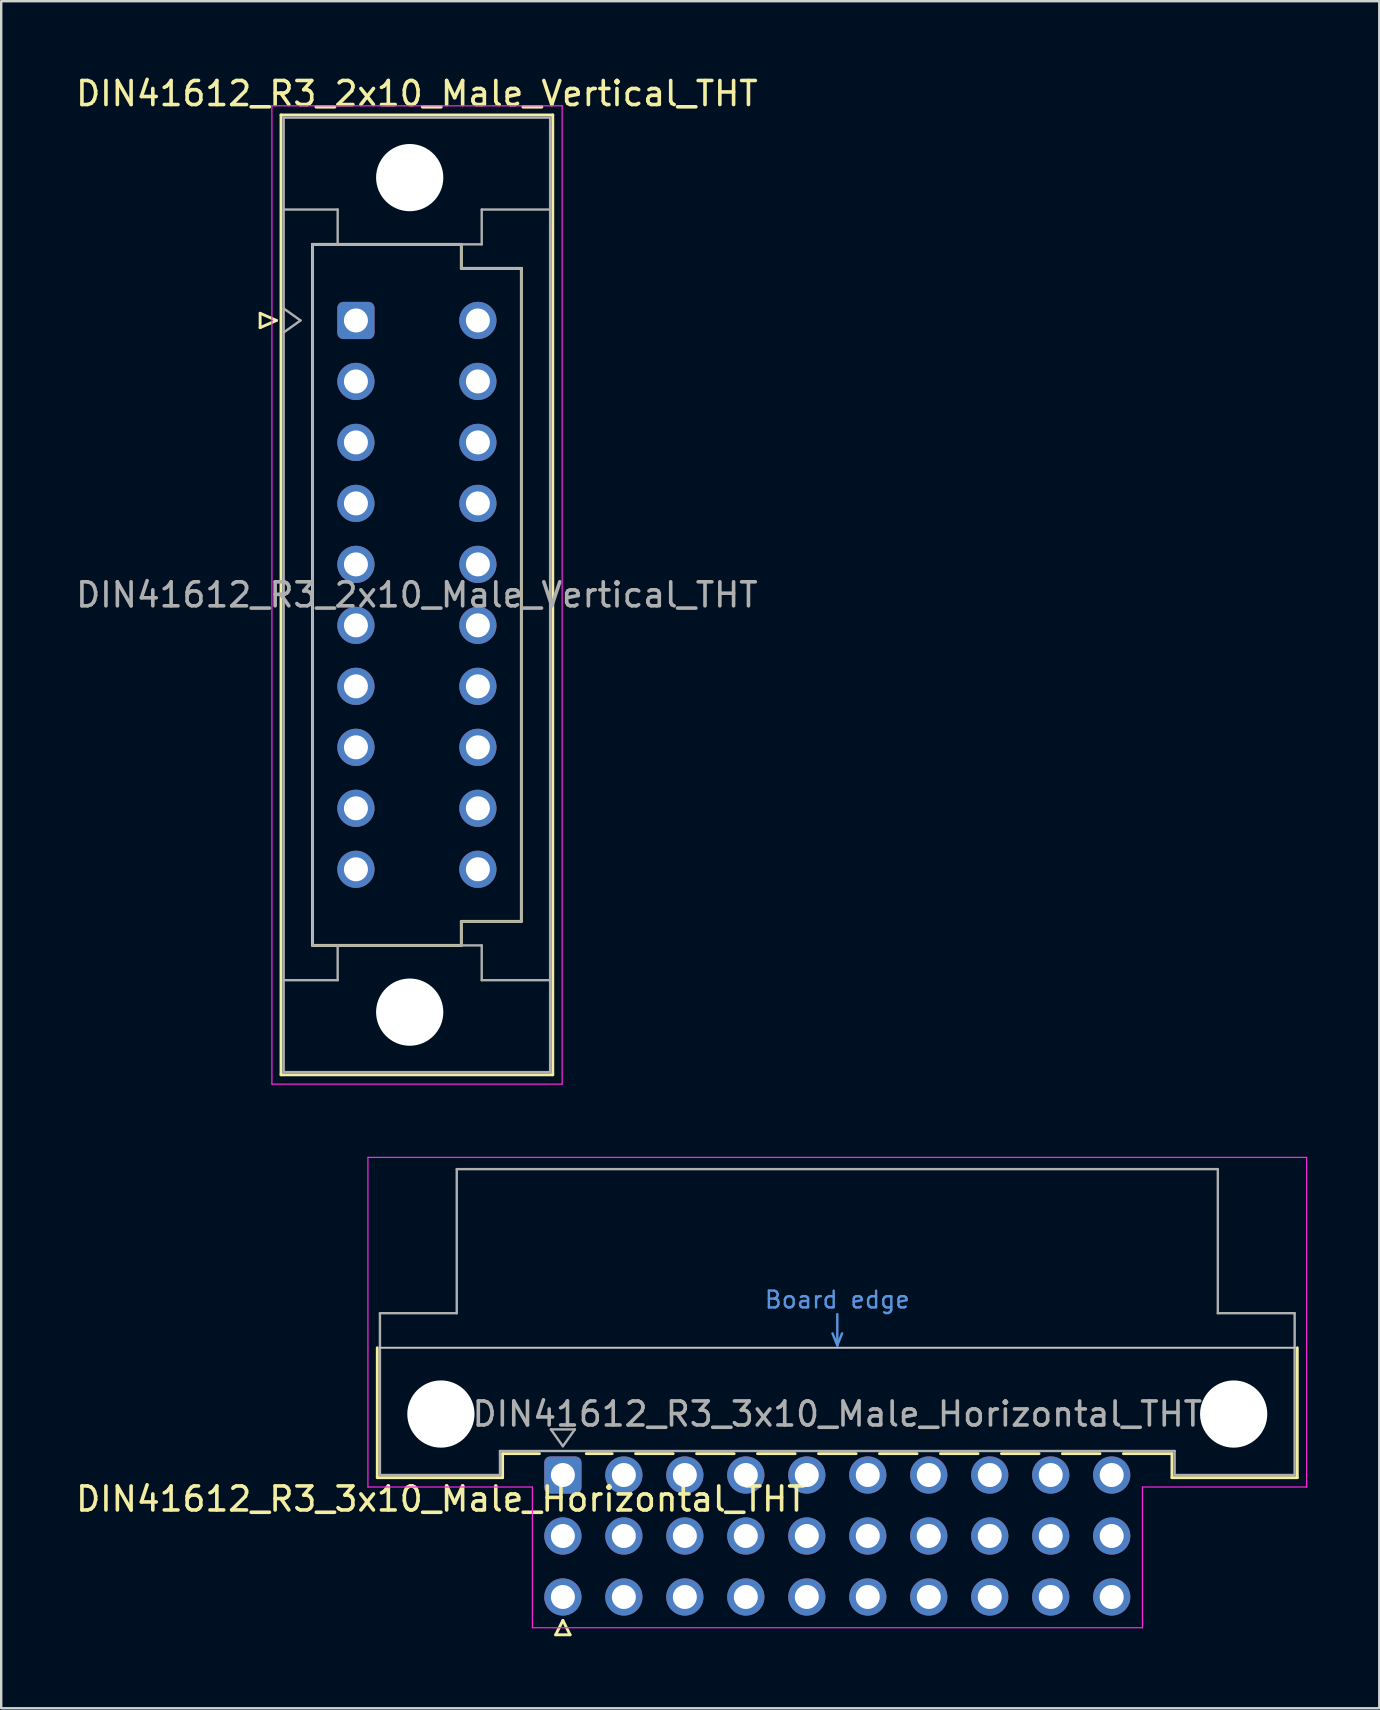
<source format=kicad_pcb>
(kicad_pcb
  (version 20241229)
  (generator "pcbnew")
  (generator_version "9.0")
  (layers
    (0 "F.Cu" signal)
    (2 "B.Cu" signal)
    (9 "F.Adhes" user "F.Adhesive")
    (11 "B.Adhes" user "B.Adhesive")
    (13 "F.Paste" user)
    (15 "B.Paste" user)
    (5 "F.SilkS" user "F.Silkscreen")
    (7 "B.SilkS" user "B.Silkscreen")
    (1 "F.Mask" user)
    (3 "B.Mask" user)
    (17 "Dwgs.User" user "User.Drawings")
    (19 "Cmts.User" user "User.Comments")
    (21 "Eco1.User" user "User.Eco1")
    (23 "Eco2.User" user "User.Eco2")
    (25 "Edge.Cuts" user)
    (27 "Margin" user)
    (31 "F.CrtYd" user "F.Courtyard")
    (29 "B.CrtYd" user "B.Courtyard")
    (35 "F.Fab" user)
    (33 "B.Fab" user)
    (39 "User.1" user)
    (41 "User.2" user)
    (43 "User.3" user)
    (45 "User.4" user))
  (footprint "DIN41612_R3_3x10_Male_Horizontal_THT"
    (layer "F.Cu")
    (at 20.395 58.388)
    (property "Reference" "DIN41612_R3_3x10_Male_Horizontal_THT" (at -5.08 1 0) (layer "F.SilkS") (effects (font (size 1 1) (thickness 0.15))))
    (attr through_hole)
    (fp_line (start -7.73 -5.3) (end -7.73 0.11) (stroke (width 0.12) (type solid)) (layer "F.SilkS"))
    (fp_line (start -7.73 0.11) (end -2.51 0.11) (stroke (width 0.12) (type solid)) (layer "F.SilkS"))
    (fp_line (start -2.511 -0.89) (end -0.976 -0.89) (stroke (width 0.12) (type solid)) (layer "F.SilkS"))
    (fp_line (start -2.51 0.11) (end -2.51 -0.89) (stroke (width 0.12) (type solid)) (layer "F.SilkS"))
    (fp_line (start -0.3 6.655) (end 0.3 6.655) (stroke (width 0.12) (type solid)) (layer "F.SilkS"))
    (fp_line (start 0 6.055) (end -0.3 6.655) (stroke (width 0.12) (type solid)) (layer "F.SilkS"))
    (fp_line (start 0.3 6.655) (end 0 6.055) (stroke (width 0.12) (type solid)) (layer "F.SilkS"))
    (fp_line (start 0.976 -0.89) (end 2.053 -0.89) (stroke (width 0.12) (type solid)) (layer "F.SilkS"))
    (fp_line (start 3.028 -0.89) (end 4.593 -0.89) (stroke (width 0.12) (type solid)) (layer "F.SilkS"))
    (fp_line (start 5.568 -0.89) (end 7.133 -0.89) (stroke (width 0.12) (type solid)) (layer "F.SilkS"))
    (fp_line (start 8.108 -0.89) (end 9.673 -0.89) (stroke (width 0.12) (type solid)) (layer "F.SilkS"))
    (fp_line (start 10.648 -0.89) (end 12.213 -0.89) (stroke (width 0.12) (type solid)) (layer "F.SilkS"))
    (fp_line (start 13.188 -0.89) (end 14.753 -0.89) (stroke (width 0.12) (type solid)) (layer "F.SilkS"))
    (fp_line (start 15.728 -0.89) (end 17.293 -0.89) (stroke (width 0.12) (type solid)) (layer "F.SilkS"))
    (fp_line (start 18.268 -0.89) (end 19.833 -0.89) (stroke (width 0.12) (type solid)) (layer "F.SilkS"))
    (fp_line (start 20.808 -0.89) (end 22.373 -0.89) (stroke (width 0.12) (type solid)) (layer "F.SilkS"))
    (fp_line (start 23.348 -0.89) (end 25.37 -0.89) (stroke (width 0.12) (type solid)) (layer "F.SilkS"))
    (fp_line (start 25.37 0.11) (end 25.37 -0.89) (stroke (width 0.12) (type solid)) (layer "F.SilkS"))
    (fp_line (start 30.59 -5.3) (end 30.59 0.11) (stroke (width 0.12) (type solid)) (layer "F.SilkS"))
    (fp_line (start 30.59 0.11) (end 25.37 0.11) (stroke (width 0.12) (type solid)) (layer "F.SilkS"))
    (fp_line (start -7.62 -5.3) (end 30.48 -5.3) (stroke (width 0.08) (type solid)) (layer "Dwgs.User"))
    (fp_line (start 11.23 -5.9) (end 11.43 -5.4) (stroke (width 0.1) (type solid)) (layer "Cmts.User"))
    (fp_line (start 11.43 -5.4) (end 11.43 -6.7) (stroke (width 0.1) (type solid)) (layer "Cmts.User"))
    (fp_line (start 11.43 -5.4) (end 11.63 -5.9) (stroke (width 0.1) (type solid)) (layer "Cmts.User"))
    (fp_line (start -8.12 -13.23) (end -8.12 0.5) (stroke (width 0.05) (type solid)) (layer "F.CrtYd"))
    (fp_line (start -8.12 0.5) (end -1.27 0.5) (stroke (width 0.05) (type solid)) (layer "F.CrtYd"))
    (fp_line (start -1.27 0.5) (end -1.27 6.36) (stroke (width 0.05) (type solid)) (layer "F.CrtYd"))
    (fp_line (start -1.27 6.36) (end 24.14 6.36) (stroke (width 0.05) (type solid)) (layer "F.CrtYd"))
    (fp_line (start 24.14 0.5) (end 30.98 0.5) (stroke (width 0.05) (type solid)) (layer "F.CrtYd"))
    (fp_line (start 24.14 6.36) (end 24.14 0.5) (stroke (width 0.05) (type solid)) (layer "F.CrtYd"))
    (fp_line (start 30.98 -13.23) (end -8.12 -13.23) (stroke (width 0.05) (type solid)) (layer "F.CrtYd"))
    (fp_line (start 30.98 0.5) (end 30.98 -13.23) (stroke (width 0.05) (type solid)) (layer "F.CrtYd"))
    (fp_line (start -7.62 -6.74) (end -7.62 0) (stroke (width 0.1) (type solid)) (layer "F.Fab"))
    (fp_line (start -7.62 0) (end -2.62 0) (stroke (width 0.1) (type solid)) (layer "F.Fab"))
    (fp_line (start -4.42 -12.74) (end -4.42 -6.74) (stroke (width 0.1) (type solid)) (layer "F.Fab"))
    (fp_line (start -4.42 -6.74) (end -7.62 -6.74) (stroke (width 0.1) (type solid)) (layer "F.Fab"))
    (fp_line (start -2.62 -1) (end 25.48 -1) (stroke (width 0.1) (type solid)) (layer "F.Fab"))
    (fp_line (start -2.62 0) (end -2.62 -1) (stroke (width 0.1) (type solid)) (layer "F.Fab"))
    (fp_line (start -0.5 -1.9) (end 0.5 -1.9) (stroke (width 0.1) (type solid)) (layer "F.Fab"))
    (fp_line (start 0 -1.2) (end -0.5 -1.9) (stroke (width 0.1) (type solid)) (layer "F.Fab"))
    (fp_line (start 0.5 -1.9) (end 0 -1.2) (stroke (width 0.1) (type solid)) (layer "F.Fab"))
    (fp_line (start 25.48 -1) (end 25.48 0) (stroke (width 0.1) (type solid)) (layer "F.Fab"))
    (fp_line (start 25.48 0) (end 30.48 0) (stroke (width 0.1) (type solid)) (layer "F.Fab"))
    (fp_line (start 27.28 -12.74) (end -4.42 -12.74) (stroke (width 0.1) (type solid)) (layer "F.Fab"))
    (fp_line (start 27.28 -6.74) (end 27.28 -12.74) (stroke (width 0.1) (type solid)) (layer "F.Fab"))
    (fp_line (start 30.48 -6.74) (end 27.28 -6.74) (stroke (width 0.1) (type solid)) (layer "F.Fab"))
    (fp_line (start 30.48 0) (end 30.48 -6.74) (stroke (width 0.1) (type solid)) (layer "F.Fab"))
    (fp_text user "Board edge" (at 11.43 -7.3 0) (layer "Cmts.User") (effects (font (size 0.7 0.7) (thickness 0.1))))
    (fp_text user "${REFERENCE}" (at 11.43 -2.54 0) (layer "F.Fab") (effects (font (size 1 1) (thickness 0.15))))
    (pad "" np_thru_hole circle (at -5.08 -2.54) (size 2.8 2.8) (drill 2.8) (layers "*.Cu" "*.Mask"))
    (pad "" np_thru_hole circle (at 27.94 -2.54) (size 2.8 2.8) (drill 2.8) (layers "*.Cu" "*.Mask"))
    (pad "a0" thru_hole roundrect (at 0 0) (size 1.55 1.55) (drill 1) (layers "*.Cu" "*.Mask") (roundrect_rratio 0.161))
    (pad "a1" thru_hole circle (at 2.54 0) (size 1.55 1.55) (drill 1) (layers "*.Cu" "*.Mask"))
    (pad "a2" thru_hole circle (at 5.08 0) (size 1.55 1.55) (drill 1) (layers "*.Cu" "*.Mask"))
    (pad "a3" thru_hole circle (at 7.62 0) (size 1.55 1.55) (drill 1) (layers "*.Cu" "*.Mask"))
    (pad "a4" thru_hole circle (at 10.16 0) (size 1.55 1.55) (drill 1) (layers "*.Cu" "*.Mask"))
    (pad "a5" thru_hole circle (at 12.7 0) (size 1.55 1.55) (drill 1) (layers "*.Cu" "*.Mask"))
    (pad "a6" thru_hole circle (at 15.24 0) (size 1.55 1.55) (drill 1) (layers "*.Cu" "*.Mask"))
    (pad "a7" thru_hole circle (at 17.78 0) (size 1.55 1.55) (drill 1) (layers "*.Cu" "*.Mask"))
    (pad "a8" thru_hole circle (at 20.32 0) (size 1.55 1.55) (drill 1) (layers "*.Cu" "*.Mask"))
    (pad "a9" thru_hole circle (at 22.86 0) (size 1.55 1.55) (drill 1) (layers "*.Cu" "*.Mask"))
    (pad "b0" thru_hole circle (at 0 2.54) (size 1.55 1.55) (drill 1) (layers "*.Cu" "*.Mask"))
    (pad "b1" thru_hole circle (at 2.54 2.54) (size 1.55 1.55) (drill 1) (layers "*.Cu" "*.Mask"))
    (pad "b2" thru_hole circle (at 5.08 2.54) (size 1.55 1.55) (drill 1) (layers "*.Cu" "*.Mask"))
    (pad "b3" thru_hole circle (at 7.62 2.54) (size 1.55 1.55) (drill 1) (layers "*.Cu" "*.Mask"))
    (pad "b4" thru_hole circle (at 10.16 2.54) (size 1.55 1.55) (drill 1) (layers "*.Cu" "*.Mask"))
    (pad "b5" thru_hole circle (at 12.7 2.54) (size 1.55 1.55) (drill 1) (layers "*.Cu" "*.Mask"))
    (pad "b6" thru_hole circle (at 15.24 2.54) (size 1.55 1.55) (drill 1) (layers "*.Cu" "*.Mask"))
    (pad "b7" thru_hole circle (at 17.78 2.54) (size 1.55 1.55) (drill 1) (layers "*.Cu" "*.Mask"))
    (pad "b8" thru_hole circle (at 20.32 2.54) (size 1.55 1.55) (drill 1) (layers "*.Cu" "*.Mask"))
    (pad "b9" thru_hole circle (at 22.86 2.54) (size 1.55 1.55) (drill 1) (layers "*.Cu" "*.Mask"))
    (pad "c0" thru_hole circle (at 0 5.08) (size 1.55 1.55) (drill 1) (layers "*.Cu" "*.Mask"))
    (pad "c1" thru_hole circle (at 2.54 5.08) (size 1.55 1.55) (drill 1) (layers "*.Cu" "*.Mask"))
    (pad "c2" thru_hole circle (at 5.08 5.08) (size 1.55 1.55) (drill 1) (layers "*.Cu" "*.Mask"))
    (pad "c3" thru_hole circle (at 7.62 5.08) (size 1.55 1.55) (drill 1) (layers "*.Cu" "*.Mask"))
    (pad "c4" thru_hole circle (at 10.16 5.08) (size 1.55 1.55) (drill 1) (layers "*.Cu" "*.Mask"))
    (pad "c5" thru_hole circle (at 12.7 5.08) (size 1.55 1.55) (drill 1) (layers "*.Cu" "*.Mask"))
    (pad "c6" thru_hole circle (at 15.24 5.08) (size 1.55 1.55) (drill 1) (layers "*.Cu" "*.Mask"))
    (pad "c7" thru_hole circle (at 17.78 5.08) (size 1.55 1.55) (drill 1) (layers "*.Cu" "*.Mask"))
    (pad "c8" thru_hole circle (at 20.32 5.08) (size 1.55 1.55) (drill 1) (layers "*.Cu" "*.Mask"))
    (pad "c9" thru_hole circle (at 22.86 5.08) (size 1.55 1.55) (drill 1) (layers "*.Cu" "*.Mask")))
  (footprint "DIN41612_R3_2x10_Male_Vertical_THT"
    (layer "F.Cu")
    (at 11.775 10.298)
    (property "Reference" "DIN41612_R3_2x10_Male_Vertical_THT" (at 2.54 -9.45 0) (layer "F.SilkS") (effects (font (size 1 1) (thickness 0.15))))
    (attr through_hole)
    (fp_line (start -3.99 -0.3) (end -3.99 0.3) (stroke (width 0.12) (type solid)) (layer "F.SilkS"))
    (fp_line (start -3.99 0.3) (end -3.31 0) (stroke (width 0.12) (type solid)) (layer "F.SilkS"))
    (fp_line (start -3.31 0) (end -3.99 -0.3) (stroke (width 0.12) (type solid)) (layer "F.SilkS"))
    (fp_line (start -3.12 -8.56) (end 8.2 -8.56) (stroke (width 0.12) (type solid)) (layer "F.SilkS"))
    (fp_line (start -3.12 31.42) (end -3.12 -8.56) (stroke (width 0.12) (type solid)) (layer "F.SilkS"))
    (fp_line (start -1.81 -3.17) (end 4.39 -3.17) (stroke (width 0.12) (type solid)) (layer "F.SilkS"))
    (fp_line (start -1.81 26.03) (end -1.81 -3.17) (stroke (width 0.12) (type solid)) (layer "F.SilkS"))
    (fp_line (start 4.39 -3.17) (end 4.39 -2.17) (stroke (width 0.12) (type solid)) (layer "F.SilkS"))
    (fp_line (start 4.39 -2.17) (end 6.89 -2.17) (stroke (width 0.12) (type solid)) (layer "F.SilkS"))
    (fp_line (start 4.39 25.03) (end 4.39 26.03) (stroke (width 0.12) (type solid)) (layer "F.SilkS"))
    (fp_line (start 4.39 26.03) (end -1.81 26.03) (stroke (width 0.12) (type solid)) (layer "F.SilkS"))
    (fp_line (start 6.89 -2.17) (end 6.89 25.03) (stroke (width 0.12) (type solid)) (layer "F.SilkS"))
    (fp_line (start 6.89 25.03) (end 4.39 25.03) (stroke (width 0.12) (type solid)) (layer "F.SilkS"))
    (fp_line (start 8.2 -8.56) (end 8.2 31.42) (stroke (width 0.12) (type solid)) (layer "F.SilkS"))
    (fp_line (start 8.2 31.42) (end -3.12 31.42) (stroke (width 0.12) (type solid)) (layer "F.SilkS"))
    (fp_line (start -3.5 -8.94) (end 8.59 -8.94) (stroke (width 0.05) (type solid)) (layer "F.CrtYd"))
    (fp_line (start -3.5 31.81) (end -3.5 -8.94) (stroke (width 0.05) (type solid)) (layer "F.CrtYd"))
    (fp_line (start 8.59 -8.94) (end 8.59 31.81) (stroke (width 0.05) (type solid)) (layer "F.CrtYd"))
    (fp_line (start 8.59 31.81) (end -3.5 31.81) (stroke (width 0.05) (type solid)) (layer "F.CrtYd"))
    (fp_line (start -3.01 -8.45) (end 8.09 -8.45) (stroke (width 0.1) (type solid)) (layer "F.Fab"))
    (fp_line (start -3.01 -4.62) (end -0.76 -4.62) (stroke (width 0.1) (type solid)) (layer "F.Fab"))
    (fp_line (start -3.01 -0.5) (end -2.31 0) (stroke (width 0.1) (type solid)) (layer "F.Fab"))
    (fp_line (start -3.01 27.48) (end -0.76 27.48) (stroke (width 0.1) (type solid)) (layer "F.Fab"))
    (fp_line (start -3.01 31.31) (end -3.01 -8.45) (stroke (width 0.1) (type solid)) (layer "F.Fab"))
    (fp_line (start -2.31 0) (end -3.01 0.5) (stroke (width 0.1) (type solid)) (layer "F.Fab"))
    (fp_line (start -1.81 -3.17) (end 4.39 -3.17) (stroke (width 0.1) (type solid)) (layer "F.Fab"))
    (fp_line (start -1.81 26.03) (end -1.81 -3.17) (stroke (width 0.1) (type solid)) (layer "F.Fab"))
    (fp_line (start -0.76 -4.62) (end -0.76 -3.17) (stroke (width 0.1) (type solid)) (layer "F.Fab"))
    (fp_line (start -0.76 27.48) (end -0.76 26.03) (stroke (width 0.1) (type solid)) (layer "F.Fab"))
    (fp_line (start 4.39 -3.17) (end 4.39 -2.17) (stroke (width 0.1) (type solid)) (layer "F.Fab"))
    (fp_line (start 4.39 -3.17) (end 5.24 -3.17) (stroke (width 0.1) (type solid)) (layer "F.Fab"))
    (fp_line (start 4.39 -2.17) (end 6.89 -2.17) (stroke (width 0.1) (type solid)) (layer "F.Fab"))
    (fp_line (start 4.39 25.03) (end 4.39 26.03) (stroke (width 0.1) (type solid)) (layer "F.Fab"))
    (fp_line (start 4.39 26.03) (end -1.81 26.03) (stroke (width 0.1) (type solid)) (layer "F.Fab"))
    (fp_line (start 4.39 26.03) (end 5.24 26.03) (stroke (width 0.1) (type solid)) (layer "F.Fab"))
    (fp_line (start 5.24 -4.62) (end 8.09 -4.62) (stroke (width 0.1) (type solid)) (layer "F.Fab"))
    (fp_line (start 5.24 -3.17) (end 5.24 -4.62) (stroke (width 0.1) (type solid)) (layer "F.Fab"))
    (fp_line (start 5.24 26.03) (end 5.24 27.48) (stroke (width 0.1) (type solid)) (layer "F.Fab"))
    (fp_line (start 5.24 27.48) (end 8.09 27.48) (stroke (width 0.1) (type solid)) (layer "F.Fab"))
    (fp_line (start 6.89 -2.17) (end 6.89 25.03) (stroke (width 0.1) (type solid)) (layer "F.Fab"))
    (fp_line (start 6.89 25.03) (end 4.39 25.03) (stroke (width 0.1) (type solid)) (layer "F.Fab"))
    (fp_line (start 8.09 -8.45) (end 8.09 31.31) (stroke (width 0.1) (type solid)) (layer "F.Fab"))
    (fp_line (start 8.09 31.31) (end -3.01 31.31) (stroke (width 0.1) (type solid)) (layer "F.Fab"))
    (fp_text user "${REFERENCE}" (at 2.54 11.43 0) (layer "F.Fab") (effects (font (size 1 1) (thickness 0.15))))
    (pad "" np_thru_hole circle (at 2.24 -5.95) (size 2.8 2.8) (drill 2.8) (layers "*.Cu" "*.Mask"))
    (pad "" np_thru_hole circle (at 2.24 28.81) (size 2.8 2.8) (drill 2.8) (layers "*.Cu" "*.Mask"))
    (pad "a1" thru_hole roundrect (at 0 0) (size 1.55 1.55) (drill 1) (layers "*.Cu" "*.Mask") (roundrect_rratio 0.161))
    (pad "a2" thru_hole circle (at 0 2.54) (size 1.55 1.55) (drill 1) (layers "*.Cu" "*.Mask"))
    (pad "a3" thru_hole circle (at 0 5.08) (size 1.55 1.55) (drill 1) (layers "*.Cu" "*.Mask"))
    (pad "a4" thru_hole circle (at 0 7.62) (size 1.55 1.55) (drill 1) (layers "*.Cu" "*.Mask"))
    (pad "a5" thru_hole circle (at 0 10.16) (size 1.55 1.55) (drill 1) (layers "*.Cu" "*.Mask"))
    (pad "a6" thru_hole circle (at 0 12.7) (size 1.55 1.55) (drill 1) (layers "*.Cu" "*.Mask"))
    (pad "a7" thru_hole circle (at 0 15.24) (size 1.55 1.55) (drill 1) (layers "*.Cu" "*.Mask"))
    (pad "a8" thru_hole circle (at 0 17.78) (size 1.55 1.55) (drill 1) (layers "*.Cu" "*.Mask"))
    (pad "a9" thru_hole circle (at 0 20.32) (size 1.55 1.55) (drill 1) (layers "*.Cu" "*.Mask"))
    (pad "a10" thru_hole circle (at 0 22.86) (size 1.55 1.55) (drill 1) (layers "*.Cu" "*.Mask"))
    (pad "c1" thru_hole circle (at 5.08 0) (size 1.55 1.55) (drill 1) (layers "*.Cu" "*.Mask"))
    (pad "c2" thru_hole circle (at 5.08 2.54) (size 1.55 1.55) (drill 1) (layers "*.Cu" "*.Mask"))
    (pad "c3" thru_hole circle (at 5.08 5.08) (size 1.55 1.55) (drill 1) (layers "*.Cu" "*.Mask"))
    (pad "c4" thru_hole circle (at 5.08 7.62) (size 1.55 1.55) (drill 1) (layers "*.Cu" "*.Mask"))
    (pad "c5" thru_hole circle (at 5.08 10.16) (size 1.55 1.55) (drill 1) (layers "*.Cu" "*.Mask"))
    (pad "c6" thru_hole circle (at 5.08 12.7) (size 1.55 1.55) (drill 1) (layers "*.Cu" "*.Mask"))
    (pad "c7" thru_hole circle (at 5.08 15.24) (size 1.55 1.55) (drill 1) (layers "*.Cu" "*.Mask"))
    (pad "c8" thru_hole circle (at 5.08 17.78) (size 1.55 1.55) (drill 1) (layers "*.Cu" "*.Mask"))
    (pad "c9" thru_hole circle (at 5.08 20.32) (size 1.55 1.55) (drill 1) (layers "*.Cu" "*.Mask"))
    (pad "c10" thru_hole circle (at 5.08 22.86) (size 1.55 1.55) (drill 1) (layers "*.Cu" "*.Mask")))
  (gr_rect
    (start -3 -3)
    (end 54.4 68.103)
    (stroke (width 0.1) (type default))
    (fill no)
    (layer "Edge.Cuts")))
</source>
